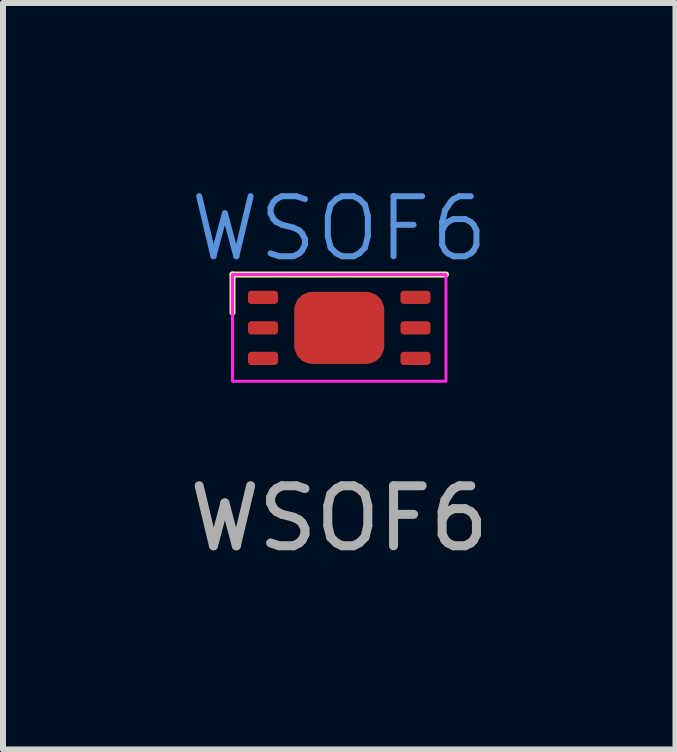
<source format=kicad_pcb>
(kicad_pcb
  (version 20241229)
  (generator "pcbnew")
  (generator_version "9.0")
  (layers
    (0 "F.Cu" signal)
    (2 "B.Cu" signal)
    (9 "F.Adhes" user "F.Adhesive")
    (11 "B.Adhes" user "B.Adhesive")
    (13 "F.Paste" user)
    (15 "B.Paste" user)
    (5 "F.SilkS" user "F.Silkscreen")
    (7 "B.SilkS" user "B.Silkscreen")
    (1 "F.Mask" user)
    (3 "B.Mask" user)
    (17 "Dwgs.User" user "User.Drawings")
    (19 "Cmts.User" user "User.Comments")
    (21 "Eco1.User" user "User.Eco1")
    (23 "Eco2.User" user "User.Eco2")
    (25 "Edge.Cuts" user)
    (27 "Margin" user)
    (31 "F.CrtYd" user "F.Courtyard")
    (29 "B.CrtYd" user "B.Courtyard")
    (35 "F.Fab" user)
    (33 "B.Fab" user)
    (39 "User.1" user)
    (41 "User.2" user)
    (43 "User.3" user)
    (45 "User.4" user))
  (footprint "WSOF6"
    (layer "F.Cu")
    (at 2.601 2.412)
    (property "Reference" "WSOF6" (at 0 -1.651 0) (unlocked yes) (layer "Cmts.User") (effects (font (size 1 1) (thickness 0.1))))
    (attr smd)
    (fp_line (start -1.778 -0.889) (end 1.778 -0.889) (stroke (width 0.1) (type default)) (layer "F.SilkS"))
    (fp_line (start -1.778 -0.254) (end -1.778 -0.889) (stroke (width 0.1) (type default)) (layer "F.SilkS"))
    (fp_rect (start -1.778 -0.889) (end 1.778 0.889) (stroke (width 0.05) (type default)) (fill no) (layer "F.CrtYd"))
    (fp_text user "${REFERENCE}" (at 0 3.175 0) (unlocked yes) (layer "F.Fab") (effects (font (size 1 1) (thickness 0.15))))
    (pad "" smd roundrect (at 0 0 90) (size 1.2 1.5) (layers "F.Cu" "F.Mask" "F.Paste") (roundrect_rratio 0.25))
    (pad "1" smd roundrect (at -1.27 -0.508 90) (size 0.22 0.5) (layers "F.Cu" "F.Mask" "F.Paste") (roundrect_rratio 0.25))
    (pad "2" smd roundrect (at -1.27 0 90) (size 0.22 0.5) (layers "F.Cu" "F.Mask" "F.Paste") (roundrect_rratio 0.25))
    (pad "3" smd roundrect (at -1.27 0.508 90) (size 0.22 0.5) (layers "F.Cu" "F.Mask" "F.Paste") (roundrect_rratio 0.25))
    (pad "4" smd roundrect (at 1.27 0.508 90) (size 0.22 0.5) (layers "F.Cu" "F.Mask" "F.Paste") (roundrect_rratio 0.25))
    (pad "5" smd roundrect (at 1.27 0 90) (size 0.22 0.5) (layers "F.Cu" "F.Mask" "F.Paste") (roundrect_rratio 0.25))
    (pad "6" smd roundrect (at 1.27 -0.508 90) (size 0.22 0.5) (layers "F.Cu" "F.Mask" "F.Paste") (roundrect_rratio 0.25)))
  (gr_rect
    (start -3 -3)
    (end 8.202 9.435)
    (stroke (width 0.1) (type default))
    (fill no)
    (layer "Edge.Cuts")))
</source>
